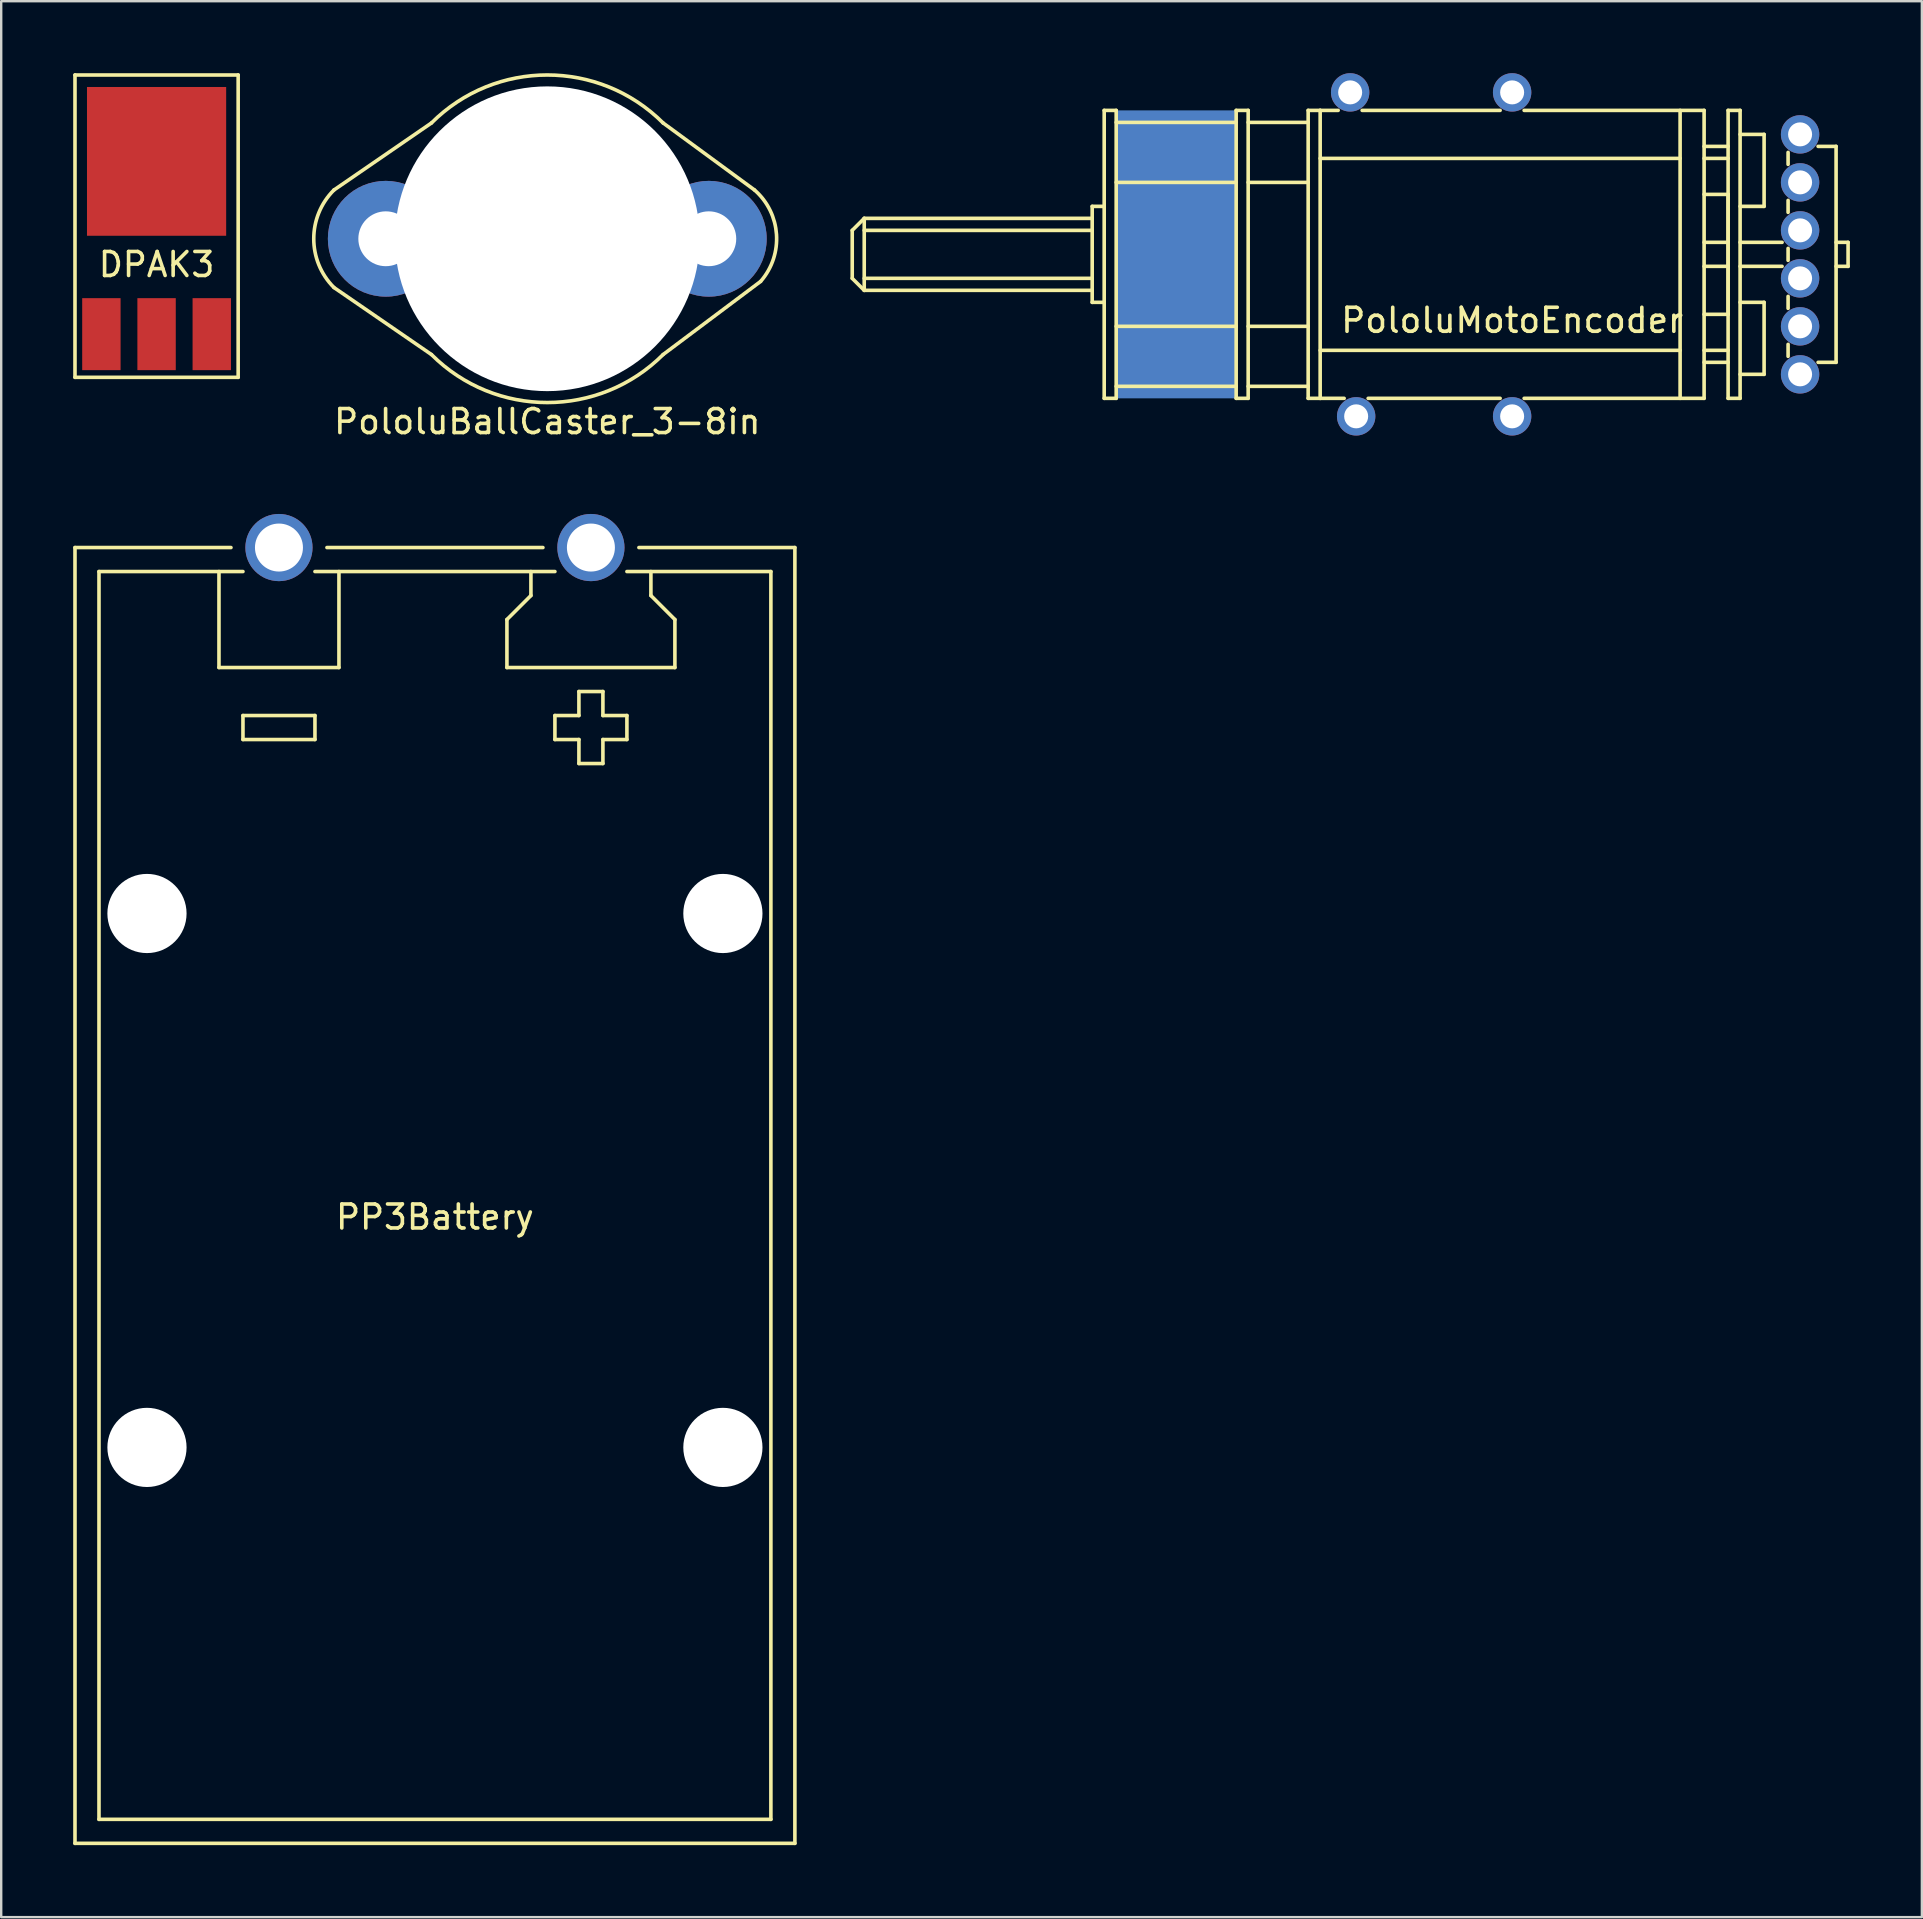
<source format=kicad_pcb>
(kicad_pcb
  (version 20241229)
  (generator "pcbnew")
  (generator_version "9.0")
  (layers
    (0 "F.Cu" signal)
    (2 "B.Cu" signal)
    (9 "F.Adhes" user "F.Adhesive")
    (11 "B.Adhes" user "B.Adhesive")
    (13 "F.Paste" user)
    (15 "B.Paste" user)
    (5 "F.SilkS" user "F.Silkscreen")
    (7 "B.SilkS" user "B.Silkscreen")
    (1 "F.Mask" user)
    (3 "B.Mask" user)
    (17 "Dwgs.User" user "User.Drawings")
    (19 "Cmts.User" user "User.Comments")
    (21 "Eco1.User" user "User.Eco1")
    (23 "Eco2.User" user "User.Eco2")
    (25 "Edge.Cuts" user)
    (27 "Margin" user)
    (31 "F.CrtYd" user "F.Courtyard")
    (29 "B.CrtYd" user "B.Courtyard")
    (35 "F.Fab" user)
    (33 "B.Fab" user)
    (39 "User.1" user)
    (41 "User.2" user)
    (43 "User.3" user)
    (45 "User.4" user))
  (footprint "PololuBallCaster_3-8in"
    (layer "F.Cu")
    (at 19.757 6.9)
    (property "Reference" "PololuBallCaster_3-8in" (at 0 7.62 0) (layer "F.SilkS") (effects (font (size 1 1) (thickness 0.15))))
    (attr through_hole)
    (fp_line (start -4.826 -4.826) (end -8.89 -2.032) (stroke (width 0.15) (type solid)) (layer "F.SilkS"))
    (fp_line (start -4.826 4.826) (end -8.89 2.032) (stroke (width 0.15) (type solid)) (layer "F.SilkS"))
    (fp_line (start 8.636 -2.032) (end 4.826 -4.826) (stroke (width 0.15) (type solid)) (layer "F.SilkS"))
    (fp_line (start 8.89 1.778) (end 4.826 4.826) (stroke (width 0.15) (type solid)) (layer "F.SilkS"))
    (fp_arc (start -8.89 2.032) (mid -9.731682 0) (end -8.89 -2.032) (stroke (width 0.15) (type solid)) (layer "F.SilkS"))
    (fp_arc (start -4.826 -4.826) (mid 0 -6.824995) (end 4.826 -4.826) (stroke (width 0.15) (type solid)) (layer "F.SilkS"))
    (fp_arc (start 4.826 4.826) (mid 0 6.824995) (end -4.826 4.826) (stroke (width 0.15) (type solid)) (layer "F.SilkS"))
    (fp_arc (start 8.636 -2.032) (mid 9.552077 -0.179605) (end 8.89 1.778) (stroke (width 0.15) (type solid)) (layer "F.SilkS"))
    (pad "" np_thru_hole circle (at -6.731 0) (size 4.826 4.826) (drill 2.286) (layers "*.Cu" "*.Mask"))
    (pad "" np_thru_hole circle (at 0 0) (size 12.7 12.7) (drill 12.7) (layers "*.Mask" "F.Cu"))
    (pad "" np_thru_hole circle (at 6.731 0) (size 4.826 4.826) (drill 2.286) (layers "*.Cu" "*.Mask")))
  (footprint "DPAK3"
    (layer "F.Cu")
    (at 3.475 6.475)
    (property "Reference" "DPAK3" (at 0 1.5 0) (layer "F.SilkS") (effects (font (size 1 1) (thickness 0.15))))
    (attr through_hole)
    (fp_line (start -3.4 -6.4) (end 3.4 -6.4) (stroke (width 0.15) (type solid)) (layer "F.SilkS"))
    (fp_line (start -3.4 6.2) (end -3.4 -6.4) (stroke (width 0.15) (type solid)) (layer "F.SilkS"))
    (fp_line (start 3.4 -6.4) (end 3.4 6.2) (stroke (width 0.15) (type solid)) (layer "F.SilkS"))
    (fp_line (start 3.4 6.2) (end -3.4 6.2) (stroke (width 0.15) (type solid)) (layer "F.SilkS"))
    (pad "1" smd rect (at -2.3 4.4) (size 1.6 3) (layers "F.Cu" "F.Mask" "F.Paste"))
    (pad "2" smd rect (at 0 4.4) (size 1.6 3) (layers "F.Cu" "F.Mask" "F.Paste"))
    (pad "3" smd rect (at 2.3 4.4) (size 1.6 3) (layers "F.Cu" "F.Mask" "F.Paste"))
    (pad "4" smd rect (at 0 -2.8) (size 5.8 6.2) (layers "F.Cu" "F.Mask" "F.Paste")))
  (footprint "PP3Battery"
    (layer "F.Cu")
    (at 15.075 46.768)
    (property "Reference" "PP3Battery" (at 0 0.9 0) (layer "F.SilkS") (effects (font (size 1 1) (thickness 0.15))))
    (attr through_hole)
    (fp_line (start -15 -27) (end -15 27) (stroke (width 0.15) (type solid)) (layer "F.SilkS"))
    (fp_line (start -15 -27) (end -8.5 -27) (stroke (width 0.15) (type solid)) (layer "F.SilkS"))
    (fp_line (start -15 27) (end 15 27) (stroke (width 0.15) (type solid)) (layer "F.SilkS"))
    (fp_line (start -14 -26) (end -14 26) (stroke (width 0.15) (type solid)) (layer "F.SilkS"))
    (fp_line (start -14 26) (end 14 26) (stroke (width 0.15) (type solid)) (layer "F.SilkS"))
    (fp_line (start -9 -26) (end -9 -22) (stroke (width 0.15) (type solid)) (layer "F.SilkS"))
    (fp_line (start -9 -22) (end -4 -22) (stroke (width 0.15) (type solid)) (layer "F.SilkS"))
    (fp_line (start -8 -26) (end -14 -26) (stroke (width 0.15) (type solid)) (layer "F.SilkS"))
    (fp_line (start -8 -20) (end -5 -20) (stroke (width 0.15) (type solid)) (layer "F.SilkS"))
    (fp_line (start -8 -19) (end -8 -20) (stroke (width 0.15) (type solid)) (layer "F.SilkS"))
    (fp_line (start -5 -20) (end -5 -19) (stroke (width 0.15) (type solid)) (layer "F.SilkS"))
    (fp_line (start -5 -19) (end -8 -19) (stroke (width 0.15) (type solid)) (layer "F.SilkS"))
    (fp_line (start -4.5 -27) (end 4.5 -27) (stroke (width 0.15) (type solid)) (layer "F.SilkS"))
    (fp_line (start -4 -22) (end -4 -26) (stroke (width 0.15) (type solid)) (layer "F.SilkS"))
    (fp_line (start 3 -24) (end 3 -22) (stroke (width 0.15) (type solid)) (layer "F.SilkS"))
    (fp_line (start 3 -22) (end 10 -22) (stroke (width 0.15) (type solid)) (layer "F.SilkS"))
    (fp_line (start 4 -26) (end 4 -25) (stroke (width 0.15) (type solid)) (layer "F.SilkS"))
    (fp_line (start 4 -25) (end 3 -24) (stroke (width 0.15) (type solid)) (layer "F.SilkS"))
    (fp_line (start 5 -26) (end -5 -26) (stroke (width 0.15) (type solid)) (layer "F.SilkS"))
    (fp_line (start 5 -20) (end 5 -19) (stroke (width 0.15) (type solid)) (layer "F.SilkS"))
    (fp_line (start 5 -19) (end 6 -19) (stroke (width 0.15) (type solid)) (layer "F.SilkS"))
    (fp_line (start 6 -21) (end 6 -20) (stroke (width 0.15) (type solid)) (layer "F.SilkS"))
    (fp_line (start 6 -20) (end 5 -20) (stroke (width 0.15) (type solid)) (layer "F.SilkS"))
    (fp_line (start 6 -19) (end 6 -18) (stroke (width 0.15) (type solid)) (layer "F.SilkS"))
    (fp_line (start 6 -18) (end 7 -18) (stroke (width 0.15) (type solid)) (layer "F.SilkS"))
    (fp_line (start 7 -21) (end 6 -21) (stroke (width 0.15) (type solid)) (layer "F.SilkS"))
    (fp_line (start 7 -20) (end 7 -21) (stroke (width 0.15) (type solid)) (layer "F.SilkS"))
    (fp_line (start 7 -19) (end 8 -19) (stroke (width 0.15) (type solid)) (layer "F.SilkS"))
    (fp_line (start 7 -18) (end 7 -19) (stroke (width 0.15) (type solid)) (layer "F.SilkS"))
    (fp_line (start 8 -20) (end 7 -20) (stroke (width 0.15) (type solid)) (layer "F.SilkS"))
    (fp_line (start 8 -19) (end 8 -20) (stroke (width 0.15) (type solid)) (layer "F.SilkS"))
    (fp_line (start 8.5 -27) (end 15 -27) (stroke (width 0.15) (type solid)) (layer "F.SilkS"))
    (fp_line (start 9 -25) (end 9 -26) (stroke (width 0.15) (type solid)) (layer "F.SilkS"))
    (fp_line (start 10 -24) (end 9 -25) (stroke (width 0.15) (type solid)) (layer "F.SilkS"))
    (fp_line (start 10 -22) (end 10 -24) (stroke (width 0.15) (type solid)) (layer "F.SilkS"))
    (fp_line (start 14 -26) (end 8 -26) (stroke (width 0.15) (type solid)) (layer "F.SilkS"))
    (fp_line (start 14 26) (end 14 -26) (stroke (width 0.15) (type solid)) (layer "F.SilkS"))
    (fp_line (start 15 27) (end 15 -27) (stroke (width 0.15) (type solid)) (layer "F.SilkS"))
    (pad "" np_thru_hole circle (at -12 -11.75) (size 3.3 3.3) (drill 3.3) (layers "*.Cu" "*.Mask"))
    (pad "" np_thru_hole circle (at -12 10.5) (size 3.3 3.3) (drill 3.3) (layers "*.Cu" "*.Mask"))
    (pad "" np_thru_hole circle (at 12 -11.75) (size 3.3 3.3) (drill 3.3) (layers "*.Cu" "*.Mask"))
    (pad "" np_thru_hole circle (at 12 10.5) (size 3.3 3.3) (drill 3.3) (layers "*.Cu" "*.Mask"))
    (pad "1" thru_hole circle (at 6.5 -27) (size 2.8 2.8) (drill 2) (layers "*.Cu" "*.Mask"))
    (pad "2" thru_hole circle (at -6.5 -27) (size 2.8 2.8) (drill 2) (layers "*.Cu" "*.Mask")))
  (footprint "PololuMotoEncoder"
    (layer "F.Cu")
    (at 59.965 7.55)
    (property "Reference" "PololuMotoEncoder" (at 0 2.75 0) (layer "F.SilkS") (effects (font (size 1 1) (thickness 0.15))))
    (attr through_hole)
    (fp_line (start -27.5 -1) (end -27 -1.5) (stroke (width 0.15) (type solid)) (layer "F.SilkS"))
    (fp_line (start -27.5 1) (end -27.5 -1) (stroke (width 0.15) (type solid)) (layer "F.SilkS"))
    (fp_line (start -27 -1.5) (end -27 1.5) (stroke (width 0.15) (type solid)) (layer "F.SilkS"))
    (fp_line (start -27 -1.5) (end -17.5 -1.5) (stroke (width 0.15) (type solid)) (layer "F.SilkS"))
    (fp_line (start -27 1) (end -17.5 1) (stroke (width 0.15) (type solid)) (layer "F.SilkS"))
    (fp_line (start -27 1.5) (end -27.5 1) (stroke (width 0.15) (type solid)) (layer "F.SilkS"))
    (fp_line (start -17.5 -2) (end -17 -2) (stroke (width 0.15) (type solid)) (layer "F.SilkS"))
    (fp_line (start -17.5 -1) (end -27 -1) (stroke (width 0.15) (type solid)) (layer "F.SilkS"))
    (fp_line (start -17.5 1.5) (end -27 1.5) (stroke (width 0.15) (type solid)) (layer "F.SilkS"))
    (fp_line (start -17.5 2) (end -17.5 -2) (stroke (width 0.15) (type solid)) (layer "F.SilkS"))
    (fp_line (start -17 -6) (end -17 6) (stroke (width 0.15) (type solid)) (layer "F.SilkS"))
    (fp_line (start -17 -6) (end -16.5 -6) (stroke (width 0.15) (type solid)) (layer "F.SilkS"))
    (fp_line (start -17 2) (end -17.5 2) (stroke (width 0.15) (type solid)) (layer "F.SilkS"))
    (fp_line (start -17 6) (end -16.5 6) (stroke (width 0.15) (type solid)) (layer "F.SilkS"))
    (fp_line (start -16.5 -6) (end -16.5 6) (stroke (width 0.15) (type solid)) (layer "F.SilkS"))
    (fp_line (start -16.5 -5.5) (end -11.5 -5.5) (stroke (width 0.15) (type solid)) (layer "F.SilkS"))
    (fp_line (start -16.5 -3) (end -11.5 -3) (stroke (width 0.15) (type solid)) (layer "F.SilkS"))
    (fp_line (start -16.5 3) (end -11.5 3) (stroke (width 0.15) (type solid)) (layer "F.SilkS"))
    (fp_line (start -16.5 5.5) (end -11.5 5.5) (stroke (width 0.15) (type solid)) (layer "F.SilkS"))
    (fp_line (start -11.5 -6) (end -11 -6) (stroke (width 0.15) (type solid)) (layer "F.SilkS"))
    (fp_line (start -11.5 6) (end -11.5 -6) (stroke (width 0.15) (type solid)) (layer "F.SilkS"))
    (fp_line (start -11.5 6) (end -11 6) (stroke (width 0.15) (type solid)) (layer "F.SilkS"))
    (fp_line (start -11 -6) (end -11 6) (stroke (width 0.15) (type solid)) (layer "F.SilkS"))
    (fp_line (start -11 -5.5) (end -8.5 -5.5) (stroke (width 0.15) (type solid)) (layer "F.SilkS"))
    (fp_line (start -11 -3) (end -8.5 -3) (stroke (width 0.15) (type solid)) (layer "F.SilkS"))
    (fp_line (start -11 3) (end -8.5 3) (stroke (width 0.15) (type solid)) (layer "F.SilkS"))
    (fp_line (start -11 5.5) (end -8.5 5.5) (stroke (width 0.15) (type solid)) (layer "F.SilkS"))
    (fp_line (start -8.5 -6) (end -8 -6) (stroke (width 0.15) (type solid)) (layer "F.SilkS"))
    (fp_line (start -8.5 6) (end -8.5 -6) (stroke (width 0.15) (type solid)) (layer "F.SilkS"))
    (fp_line (start -8.5 6) (end -8 6) (stroke (width 0.15) (type solid)) (layer "F.SilkS"))
    (fp_line (start -8 -6) (end -8 6) (stroke (width 0.15) (type solid)) (layer "F.SilkS"))
    (fp_line (start -8 -4) (end 7 -4) (stroke (width 0.15) (type solid)) (layer "F.SilkS"))
    (fp_line (start -8 4) (end 7 4) (stroke (width 0.15) (type solid)) (layer "F.SilkS"))
    (fp_line (start -8 6) (end -7 6) (stroke (width 0.15) (type solid)) (layer "F.SilkS"))
    (fp_line (start -7.25 -6) (end -8 -6) (stroke (width 0.15) (type solid)) (layer "F.SilkS"))
    (fp_line (start -6 6) (end -0.5 6) (stroke (width 0.15) (type solid)) (layer "F.SilkS"))
    (fp_line (start -0.5 -6) (end -6.25 -6) (stroke (width 0.15) (type solid)) (layer "F.SilkS"))
    (fp_line (start 0.5 6) (end 8 6) (stroke (width 0.15) (type solid)) (layer "F.SilkS"))
    (fp_line (start 7 -6) (end 7 6) (stroke (width 0.15) (type solid)) (layer "F.SilkS"))
    (fp_line (start 8 -6) (end 0.5 -6) (stroke (width 0.15) (type solid)) (layer "F.SilkS"))
    (fp_line (start 8 -4.5) (end 9 -4.5) (stroke (width 0.15) (type solid)) (layer "F.SilkS"))
    (fp_line (start 8 -4) (end 9 -4) (stroke (width 0.15) (type solid)) (layer "F.SilkS"))
    (fp_line (start 8 -2.5) (end 9 -2.5) (stroke (width 0.15) (type solid)) (layer "F.SilkS"))
    (fp_line (start 8 4) (end 9 4) (stroke (width 0.15) (type solid)) (layer "F.SilkS"))
    (fp_line (start 8 4.5) (end 9 4.5) (stroke (width 0.15) (type solid)) (layer "F.SilkS"))
    (fp_line (start 8 6) (end 8 -6) (stroke (width 0.15) (type solid)) (layer "F.SilkS"))
    (fp_line (start 9 -6) (end 9 6) (stroke (width 0.15) (type solid)) (layer "F.SilkS"))
    (fp_line (start 9 -2.5) (end 9 2.5) (stroke (width 0.15) (type solid)) (layer "F.SilkS"))
    (fp_line (start 9 -0.5) (end 8 -0.5) (stroke (width 0.15) (type solid)) (layer "F.SilkS"))
    (fp_line (start 9 0.5) (end 8 0.5) (stroke (width 0.15) (type solid)) (layer "F.SilkS"))
    (fp_line (start 9 2.5) (end 8 2.5) (stroke (width 0.15) (type solid)) (layer "F.SilkS"))
    (fp_line (start 9 6) (end 9.5 6) (stroke (width 0.15) (type solid)) (layer "F.SilkS"))
    (fp_line (start 9.5 -6) (end 9 -6) (stroke (width 0.15) (type solid)) (layer "F.SilkS"))
    (fp_line (start 9.5 -5) (end 10.5 -5) (stroke (width 0.15) (type solid)) (layer "F.SilkS"))
    (fp_line (start 9.5 5) (end 10.5 5) (stroke (width 0.15) (type solid)) (layer "F.SilkS"))
    (fp_line (start 9.5 6) (end 9.5 -6) (stroke (width 0.15) (type solid)) (layer "F.SilkS"))
    (fp_line (start 10.5 -5) (end 10.5 -2) (stroke (width 0.15) (type solid)) (layer "F.SilkS"))
    (fp_line (start 10.5 -2) (end 9.5 -2) (stroke (width 0.15) (type solid)) (layer "F.SilkS"))
    (fp_line (start 10.5 2) (end 9.5 2) (stroke (width 0.15) (type solid)) (layer "F.SilkS"))
    (fp_line (start 10.5 5) (end 10.5 2) (stroke (width 0.15) (type solid)) (layer "F.SilkS"))
    (fp_line (start 11.25 -0.5) (end 9.5 -0.5) (stroke (width 0.15) (type solid)) (layer "F.SilkS"))
    (fp_line (start 11.25 0.5) (end 9.5 0.5) (stroke (width 0.15) (type solid)) (layer "F.SilkS"))
    (fp_line (start 11.5 -4.25) (end 11.5 -3.75) (stroke (width 0.15) (type solid)) (layer "F.SilkS"))
    (fp_line (start 11.5 -2.25) (end 11.5 -1.75) (stroke (width 0.15) (type solid)) (layer "F.SilkS"))
    (fp_line (start 11.5 -0.25) (end 11.5 0.25) (stroke (width 0.15) (type solid)) (layer "F.SilkS"))
    (fp_line (start 11.5 1.75) (end 11.5 2.25) (stroke (width 0.15) (type solid)) (layer "F.SilkS"))
    (fp_line (start 11.5 3.75) (end 11.5 4.25) (stroke (width 0.15) (type solid)) (layer "F.SilkS"))
    (fp_line (start 13.5 -4.5) (end 12.75 -4.5) (stroke (width 0.15) (type solid)) (layer "F.SilkS"))
    (fp_line (start 13.5 4.5) (end 12.75 4.5) (stroke (width 0.15) (type solid)) (layer "F.SilkS"))
    (fp_line (start 13.5 4.5) (end 13.5 -4.5) (stroke (width 0.15) (type solid)) (layer "F.SilkS"))
    (fp_line (start 14 -0.5) (end 13.5 -0.5) (stroke (width 0.15) (type solid)) (layer "F.SilkS"))
    (fp_line (start 14 -0.5) (end 14 0.5) (stroke (width 0.15) (type solid)) (layer "F.SilkS"))
    (fp_line (start 14 0.5) (end 13.5 0.5) (stroke (width 0.15) (type solid)) (layer "F.SilkS"))
    (pad "" smd rect (at -14 0) (size 5 12) (layers "B.Cu" "B.Mask" "B.Paste"))
    (pad "" thru_hole circle (at -6.75 -6.75) (size 1.6 1.6) (drill 1) (layers "*.Cu" "*.Mask"))
    (pad "" thru_hole circle (at -6.5 6.75) (size 1.6 1.6) (drill 1) (layers "*.Cu" "*.Mask"))
    (pad "" thru_hole circle (at 0 -6.75) (size 1.6 1.6) (drill 1) (layers "*.Cu" "*.Mask"))
    (pad "" thru_hole circle (at 0 6.75) (size 1.6 1.6) (drill 1) (layers "*.Cu" "*.Mask"))
    (pad "1" thru_hole circle (at 12 5) (size 1.6 1.6) (drill 1) (layers "*.Cu" "*.Mask"))
    (pad "2" thru_hole circle (at 12 3) (size 1.6 1.6) (drill 1) (layers "*.Cu" "*.Mask"))
    (pad "3" thru_hole circle (at 12 1) (size 1.6 1.6) (drill 1) (layers "*.Cu" "*.Mask"))
    (pad "4" thru_hole circle (at 12 -1) (size 1.6 1.6) (drill 1) (layers "*.Cu" "*.Mask"))
    (pad "5" thru_hole circle (at 12 -3) (size 1.6 1.6) (drill 1) (layers "*.Cu" "*.Mask"))
    (pad "6" thru_hole circle (at 12 -5) (size 1.6 1.6) (drill 1) (layers "*.Cu" "*.Mask")))
  (gr_rect
    (start -3 -3)
    (end 77.04 76.843)
    (stroke (width 0.1) (type default))
    (fill no)
    (layer "Edge.Cuts")))
</source>
